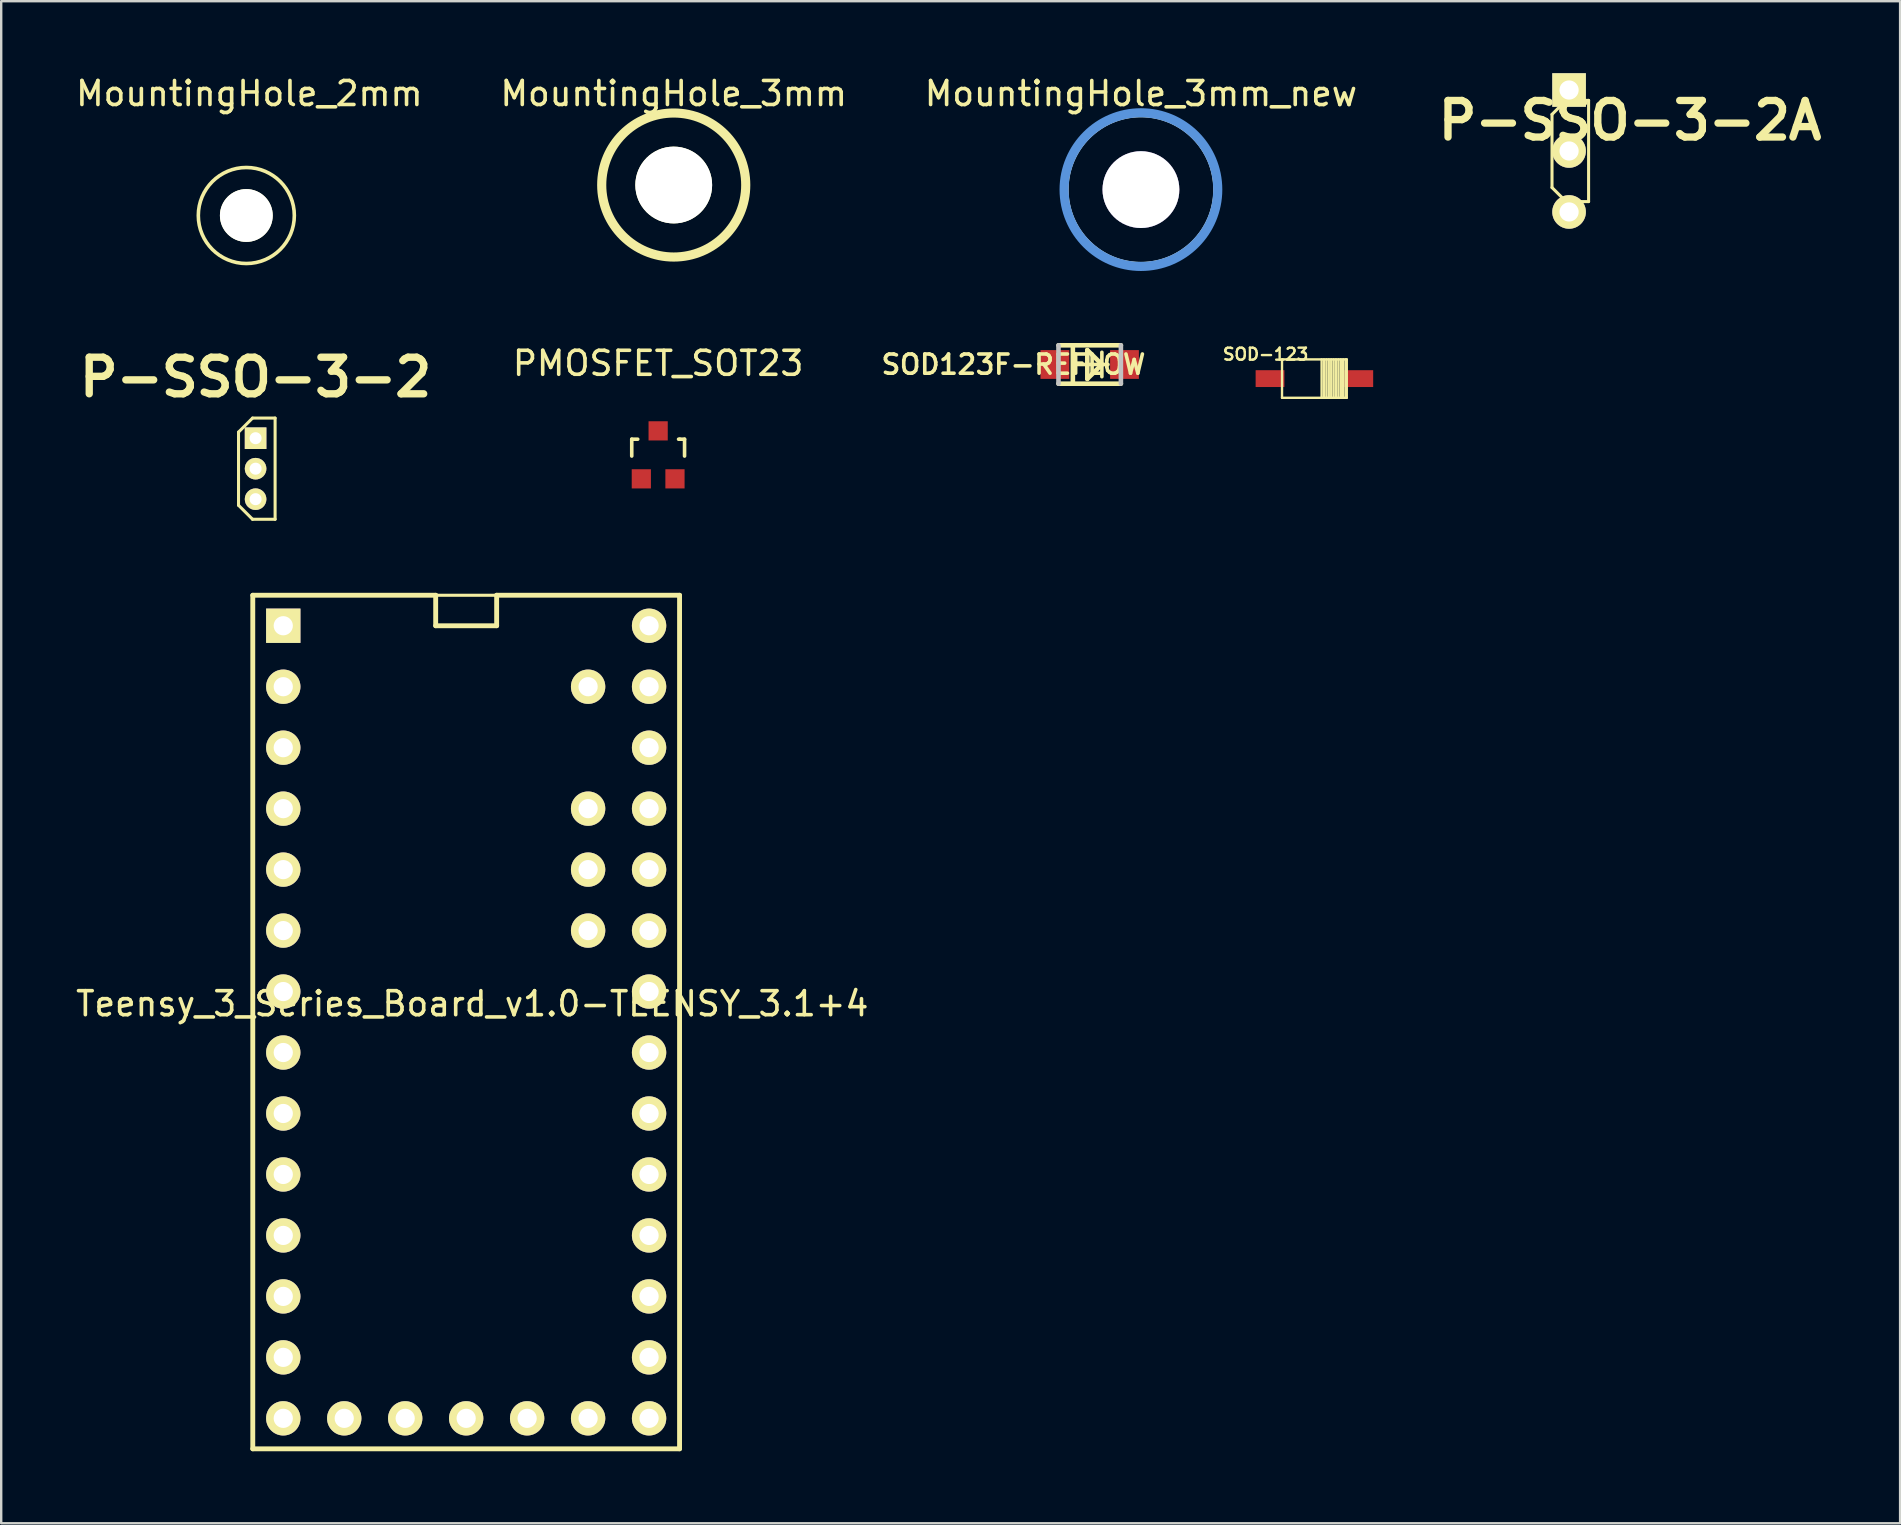
<source format=kicad_pcb>
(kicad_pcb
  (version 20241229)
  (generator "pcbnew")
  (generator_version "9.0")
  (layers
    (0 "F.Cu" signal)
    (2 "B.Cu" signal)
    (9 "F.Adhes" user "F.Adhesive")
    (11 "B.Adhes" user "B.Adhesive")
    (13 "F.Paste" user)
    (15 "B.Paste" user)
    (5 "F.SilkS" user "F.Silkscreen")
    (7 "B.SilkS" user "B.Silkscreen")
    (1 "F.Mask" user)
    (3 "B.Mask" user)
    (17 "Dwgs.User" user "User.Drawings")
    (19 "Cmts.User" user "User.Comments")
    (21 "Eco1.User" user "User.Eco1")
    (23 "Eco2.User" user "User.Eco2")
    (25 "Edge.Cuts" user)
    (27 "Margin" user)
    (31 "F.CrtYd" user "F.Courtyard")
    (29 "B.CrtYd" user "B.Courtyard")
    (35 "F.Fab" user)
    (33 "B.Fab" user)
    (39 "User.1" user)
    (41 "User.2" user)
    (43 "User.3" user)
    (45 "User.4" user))
  (footprint "P-SSO-3-2"
    (layer "F.Cu")
    (at 7.598 16.476)
    (property "Reference" "P-SSO-3-2" (at 0 -3.81 0) (layer "F.SilkS") (effects (font (size 1.524 1.524) (thickness 0.305))))
    (attr through_hole)
    (fp_line (start -0.711 -1.524) (end -0.711 1.524) (stroke (width 0.127) (type solid)) (layer "F.SilkS"))
    (fp_line (start -0.127 -2.108) (end -0.711 -1.524) (stroke (width 0.127) (type solid)) (layer "F.SilkS"))
    (fp_line (start -0.127 -2.108) (end 0.813 -2.108) (stroke (width 0.127) (type solid)) (layer "F.SilkS"))
    (fp_line (start -0.127 2.108) (end -0.711 1.524) (stroke (width 0.127) (type solid)) (layer "F.SilkS"))
    (fp_line (start -0.127 2.108) (end 0.813 2.108) (stroke (width 0.127) (type solid)) (layer "F.SilkS"))
    (fp_line (start 0.813 2.108) (end 0.813 -2.108) (stroke (width 0.127) (type solid)) (layer "F.SilkS"))
    (pad "1" thru_hole rect (at 0 -1.27) (size 0.899 0.899) (drill 0.5) (layers "*.Cu" "*.Mask" "F.SilkS"))
    (pad "2" thru_hole circle (at 0 0) (size 0.899 0.899) (drill 0.5) (layers "*.Cu" "*.Mask" "F.SilkS"))
    (pad "3" thru_hole circle (at 0 1.27) (size 0.899 0.899) (drill 0.5) (layers "*.Cu" "*.Mask" "F.SilkS")))
  (footprint "SOD-123"
    (layer "F.Cu")
    (at 51.709 12.723)
    (property "Reference" "SOD-123" (at -2.032 -1.016 0) (layer "F.SilkS") (effects (font (size 0.5 0.5) (thickness 0.1))))
    (attr through_hole)
    (fp_line (start -1.349 -0.8) (end 1.349 -0.8) (stroke (width 0.099) (type solid)) (layer "F.SilkS"))
    (fp_line (start -1.349 0.8) (end -1.349 -0.8) (stroke (width 0.099) (type solid)) (layer "F.SilkS"))
    (fp_line (start 0.3 -0.8) (end 0.3 0.8) (stroke (width 0.099) (type solid)) (layer "F.SilkS"))
    (fp_line (start 0.399 -0.8) (end 0.399 0.8) (stroke (width 0.099) (type solid)) (layer "F.SilkS"))
    (fp_line (start 0.5 0.8) (end 0.5 -0.8) (stroke (width 0.099) (type solid)) (layer "F.SilkS"))
    (fp_line (start 0.599 -0.8) (end 0.599 0.8) (stroke (width 0.099) (type solid)) (layer "F.SilkS"))
    (fp_line (start 0.701 0.8) (end 0.701 -0.8) (stroke (width 0.099) (type solid)) (layer "F.SilkS"))
    (fp_line (start 0.8 -0.8) (end 0.8 0.8) (stroke (width 0.099) (type solid)) (layer "F.SilkS"))
    (fp_line (start 0.899 0.8) (end 0.899 -0.8) (stroke (width 0.099) (type solid)) (layer "F.SilkS"))
    (fp_line (start 1.001 -0.8) (end 1.001 0.8) (stroke (width 0.099) (type solid)) (layer "F.SilkS"))
    (fp_line (start 1.1 0.8) (end 1.1 -0.8) (stroke (width 0.099) (type solid)) (layer "F.SilkS"))
    (fp_line (start 1.199 0.8) (end 1.199 -0.8) (stroke (width 0.099) (type solid)) (layer "F.SilkS"))
    (fp_line (start 1.3 -0.8) (end 1.3 0.749) (stroke (width 0.099) (type solid)) (layer "F.SilkS"))
    (fp_line (start 1.349 -0.8) (end 1.349 0.8) (stroke (width 0.099) (type solid)) (layer "F.SilkS"))
    (fp_line (start 1.349 0.8) (end -1.349 0.8) (stroke (width 0.099) (type solid)) (layer "F.SilkS"))
    (pad "1" smd rect (at -1.849 0) (size 1.199 0.701) (layers "F.Cu" "F.Mask" "F.Paste"))
    (pad "2" smd rect (at 1.849 0) (size 1.199 0.701) (layers "F.Cu" "F.Mask" "F.Paste")))
  (footprint "MountingHole_3mm_new"
    (layer "F.Cu")
    (at 44.482 4.849)
    (property "Reference" "MountingHole_3mm_new" (at 0 -4 0) (layer "F.SilkS") (effects (font (size 1 1) (thickness 0.15))))
    (attr through_hole)
    (fp_circle (center 0 0) (end 3.048 -0.508) (stroke (width 0.15) (type solid)) (fill no) (layer "F.SilkS"))
    (fp_circle (center 0 0) (end 2.54 -1.778) (stroke (width 0.15) (type solid)) (fill no) (layer "B.SilkS"))
    (fp_circle (center 0 0) (end 3.2 0) (stroke (width 0.381) (type solid)) (fill no) (layer "Cmts.User"))
    (pad "" thru_hole circle (at 0 0) (size 3.2 3.2) (drill 3.2) (layers)))
  (footprint "MountingHole_3mm"
    (layer "F.Cu")
    (at 25.018 4.658)
    (property "Reference" "MountingHole_3mm" (at 0 -3.81 0) (layer "F.SilkS") (effects (font (size 1 1) (thickness 0.15))))
    (attr through_hole)
    (fp_circle (center 0 0) (end 3 0) (stroke (width 0.381) (type solid)) (fill no) (layer "F.SilkS"))
    (pad "" np_thru_hole circle (at 0 0) (size 3.2 3.2) (drill 3.2) (layers "*.Cu" "*.Mask" "F.SilkS")))
  (footprint "Teensy_3_Series_Board_v1.0-TEENSY_3.1+4"
    (layer "F.Cu")
    (at 16.371 40.799)
    (property "Reference" "Teensy_3_Series_Board_v1.0-TEENSY_3.1+4" (at 0.254 -2.032 0) (layer "F.SilkS") (effects (font (size 1 1) (thickness 0.15))))
    (attr exclude_from_pos_files exclude_from_bom)
    (fp_line (start -8.89 -19.05) (end -1.27 -19.05) (stroke (width 0.203) (type solid)) (layer "F.SilkS"))
    (fp_line (start -8.89 -19.05) (end 8.89 -19.05) (stroke (width 0.127) (type solid)) (layer "F.SilkS"))
    (fp_line (start -8.89 16.51) (end -8.89 -19.05) (stroke (width 0.127) (type solid)) (layer "F.SilkS"))
    (fp_line (start -8.89 16.51) (end -8.89 -19.05) (stroke (width 0.203) (type solid)) (layer "F.SilkS"))
    (fp_line (start -1.27 -19.05) (end -1.27 -17.78) (stroke (width 0.203) (type solid)) (layer "F.SilkS"))
    (fp_line (start -1.27 -17.78) (end 1.27 -17.78) (stroke (width 0.203) (type solid)) (layer "F.SilkS"))
    (fp_line (start 1.27 -19.05) (end 8.89 -19.05) (stroke (width 0.203) (type solid)) (layer "F.SilkS"))
    (fp_line (start 1.27 -17.78) (end 1.27 -19.05) (stroke (width 0.203) (type solid)) (layer "F.SilkS"))
    (fp_line (start 8.89 -19.05) (end 8.89 16.51) (stroke (width 0.127) (type solid)) (layer "F.SilkS"))
    (fp_line (start 8.89 -19.05) (end 8.89 16.51) (stroke (width 0.203) (type solid)) (layer "F.SilkS"))
    (fp_line (start 8.89 16.51) (end -8.89 16.51) (stroke (width 0.127) (type solid)) (layer "F.SilkS"))
    (fp_line (start 8.89 16.51) (end -8.89 16.51) (stroke (width 0.203) (type solid)) (layer "F.SilkS"))
    (pad "0" thru_hole circle (at -7.62 -15.24) (size 1.43 1.43) (drill 0.8) (layers "*.Cu" "*.Mask" "F.SilkS"))
    (pad "1" thru_hole circle (at -7.62 -12.7) (size 1.43 1.43) (drill 0.8) (layers "*.Cu" "*.Mask" "F.SilkS"))
    (pad "2" thru_hole circle (at -7.62 -10.16) (size 1.43 1.43) (drill 0.8) (layers "*.Cu" "*.Mask" "F.SilkS"))
    (pad "3" thru_hole circle (at -7.62 -7.62) (size 1.43 1.43) (drill 0.8) (layers "*.Cu" "*.Mask" "F.SilkS"))
    (pad "3.3V" thru_hole circle (at -2.54 15.24) (size 1.43 1.43) (drill 0.8) (layers "*.Cu" "*.Mask" "F.SilkS"))
    (pad "3.3V" thru_hole circle (at 7.62 -12.7) (size 1.43 1.43) (drill 0.8) (layers "*.Cu" "*.Mask" "F.SilkS"))
    (pad "4" thru_hole circle (at -7.62 -5.08) (size 1.43 1.43) (drill 0.8) (layers "*.Cu" "*.Mask" "F.SilkS"))
    (pad "5" thru_hole circle (at -7.62 -2.54) (size 1.43 1.43) (drill 0.8) (layers "*.Cu" "*.Mask" "F.SilkS"))
    (pad "6" thru_hole circle (at -7.62 0) (size 1.43 1.43) (drill 0.8) (layers "*.Cu" "*.Mask" "F.SilkS"))
    (pad "7" thru_hole circle (at -7.62 2.54) (size 1.43 1.43) (drill 0.8) (layers "*.Cu" "*.Mask" "F.SilkS"))
    (pad "8" thru_hole circle (at -7.62 5.08) (size 1.43 1.43) (drill 0.8) (layers "*.Cu" "*.Mask" "F.SilkS"))
    (pad "9" thru_hole circle (at -7.62 7.62) (size 1.43 1.43) (drill 0.8) (layers "*.Cu" "*.Mask" "F.SilkS"))
    (pad "10" thru_hole circle (at -7.62 10.16) (size 1.43 1.43) (drill 0.8) (layers "*.Cu" "*.Mask" "F.SilkS"))
    (pad "11" thru_hole circle (at -7.62 12.7) (size 1.43 1.43) (drill 0.8) (layers "*.Cu" "*.Mask" "F.SilkS"))
    (pad "12" thru_hole circle (at -7.62 15.24) (size 1.43 1.43) (drill 0.8) (layers "*.Cu" "*.Mask" "F.SilkS"))
    (pad "13" thru_hole circle (at 7.62 15.24) (size 1.43 1.43) (drill 0.8) (layers "*.Cu" "*.Mask" "F.SilkS"))
    (pad "14/A" thru_hole circle (at 7.62 12.7) (size 1.43 1.43) (drill 0.8) (layers "*.Cu" "*.Mask" "F.SilkS"))
    (pad "15/A" thru_hole circle (at 7.62 10.16) (size 1.43 1.43) (drill 0.8) (layers "*.Cu" "*.Mask" "F.SilkS"))
    (pad "16/A" thru_hole circle (at 7.62 7.62) (size 1.43 1.43) (drill 0.8) (layers "*.Cu" "*.Mask" "F.SilkS"))
    (pad "17/A" thru_hole circle (at 7.62 5.08) (size 1.43 1.43) (drill 0.8) (layers "*.Cu" "*.Mask" "F.SilkS"))
    (pad "18/A" thru_hole circle (at 7.62 2.54) (size 1.43 1.43) (drill 0.8) (layers "*.Cu" "*.Mask" "F.SilkS"))
    (pad "19/A" thru_hole circle (at 7.62 0) (size 1.43 1.43) (drill 0.8) (layers "*.Cu" "*.Mask" "F.SilkS"))
    (pad "20/A" thru_hole circle (at 7.62 -2.54) (size 1.43 1.43) (drill 0.8) (layers "*.Cu" "*.Mask" "F.SilkS"))
    (pad "21/A" thru_hole circle (at 7.62 -5.08) (size 1.43 1.43) (drill 0.8) (layers "*.Cu" "*.Mask" "F.SilkS"))
    (pad "22/A" thru_hole circle (at 7.62 -7.62) (size 1.43 1.43) (drill 0.8) (layers "*.Cu" "*.Mask" "F.SilkS"))
    (pad "23/A" thru_hole circle (at 7.62 -10.16) (size 1.43 1.43) (drill 0.8) (layers "*.Cu" "*.Mask" "F.SilkS"))
    (pad "A10" thru_hole circle (at 5.08 -7.62) (size 1.43 1.43) (drill 0.8) (layers "*.Cu" "*.Mask" "F.SilkS"))
    (pad "A11" thru_hole circle (at 5.08 -5.08) (size 1.43 1.43) (drill 0.8) (layers "*.Cu" "*.Mask" "F.SilkS"))
    (pad "A14" thru_hole circle (at 5.08 15.24) (size 1.43 1.43) (drill 0.8) (layers "*.Cu" "*.Mask" "F.SilkS"))
    (pad "AGND" thru_hole circle (at 7.62 -15.24) (size 1.43 1.43) (drill 0.8) (layers "*.Cu" "*.Mask" "F.SilkS"))
    (pad "AREF" thru_hole circle (at 5.08 -10.16) (size 1.43 1.43) (drill 0.8) (layers "*.Cu" "*.Mask" "F.SilkS"))
    (pad "GND" thru_hole rect (at -7.62 -17.78) (size 1.43 1.43) (drill 0.8) (layers "*.Cu" "*.Mask" "F.SilkS"))
    (pad "GND1" thru_hole circle (at 0 15.24) (size 1.43 1.43) (drill 0.8) (layers "*.Cu" "*.Mask" "F.SilkS"))
    (pad "PGM" thru_hole circle (at 2.54 15.24) (size 1.43 1.43) (drill 0.8) (layers "*.Cu" "*.Mask" "F.SilkS"))
    (pad "VBAT" thru_hole circle (at -5.08 15.24) (size 1.43 1.43) (drill 0.8) (layers "*.Cu" "*.Mask" "F.SilkS"))
    (pad "VIN" thru_hole circle (at 7.62 -17.78) (size 1.43 1.43) (drill 0.8) (layers "*.Cu" "*.Mask" "F.SilkS"))
    (pad "VUSB" thru_hole circle (at 5.08 -15.24) (size 1.43 1.43) (drill 0.8) (layers "*.Cu" "*.Mask" "F.SilkS")))
  (footprint "P-SSO-3-2A"
    (layer "F.Cu")
    (at 62.319 3.24)
    (property "Reference" "P-SSO-3-2A" (at 2.54 -1.27 0) (layer "F.SilkS") (effects (font (size 1.524 1.524) (thickness 0.305))))
    (attr through_hole)
    (fp_line (start -0.711 -1.524) (end -0.711 1.524) (stroke (width 0.127) (type solid)) (layer "F.SilkS"))
    (fp_line (start -0.127 -2.108) (end -0.711 -1.524) (stroke (width 0.127) (type solid)) (layer "F.SilkS"))
    (fp_line (start -0.127 -2.108) (end 0.813 -2.108) (stroke (width 0.127) (type solid)) (layer "F.SilkS"))
    (fp_line (start -0.127 2.108) (end -0.711 1.524) (stroke (width 0.127) (type solid)) (layer "F.SilkS"))
    (fp_line (start -0.127 2.108) (end 0.813 2.108) (stroke (width 0.127) (type solid)) (layer "F.SilkS"))
    (fp_line (start 0.813 2.108) (end 0.813 -2.108) (stroke (width 0.127) (type solid)) (layer "F.SilkS"))
    (pad "1" thru_hole rect (at 0 -2.54 270) (size 1.4 1.4) (drill 0.8) (layers "*.Cu" "*.Mask" "F.SilkS"))
    (pad "2" thru_hole circle (at 0 0 270) (size 1.4 1.4) (drill 0.8) (layers "*.Cu" "*.Mask" "F.SilkS"))
    (pad "3" thru_hole circle (at 0 2.54 270) (size 1.4 1.4) (drill 0.8) (layers "*.Cu" "*.Mask" "F.SilkS")))
  (footprint "MountingHole_2mm"
    (layer "F.Cu")
    (at 7.212 5.928)
    (property "Reference" "MountingHole_2mm" (at 0.127 -5.08 0) (layer "F.SilkS") (effects (font (size 1 1) (thickness 0.15))))
    (attr through_hole)
    (fp_circle (center 0 0) (end 2 0) (stroke (width 0.15) (type solid)) (fill no) (layer "F.SilkS"))
    (pad "" np_thru_hole circle (at 0 0) (size 2.2 2.2) (drill 2.2) (layers "*.Cu" "*.Mask" "F.SilkS")))
  (footprint "SOD123F-REFLOW"
    (layer "F.Cu")
    (at 42.347 12.135)
    (property "Reference" "SOD123F-REFLOW" (at -3.175 0 0) (layer "F.SilkS") (effects (font (size 0.8 0.8) (thickness 0.15))))
    (attr through_hole)
    (fp_line (start -1.3 -0.8) (end 1.3 -0.8) (stroke (width 0.191) (type solid)) (layer "F.SilkS"))
    (fp_line (start -0.701 -0.8) (end -0.701 0.8) (stroke (width 0.191) (type solid)) (layer "F.SilkS"))
    (fp_line (start -0.508 0) (end 0.762 0) (stroke (width 0.15) (type solid)) (layer "F.SilkS"))
    (fp_line (start -0.099 -0.599) (end -0.099 0.599) (stroke (width 0.191) (type solid)) (layer "F.SilkS"))
    (fp_line (start -0.099 0.599) (end 0.508 0) (stroke (width 0.191) (type solid)) (layer "F.SilkS"))
    (fp_line (start 0.508 -0.508) (end 0.508 0.508) (stroke (width 0.15) (type solid)) (layer "F.SilkS"))
    (fp_line (start 0.508 0) (end -0.099 -0.599) (stroke (width 0.191) (type solid)) (layer "F.SilkS"))
    (fp_line (start 1.3 0.8) (end -1.3 0.8) (stroke (width 0.191) (type solid)) (layer "F.SilkS"))
    (fp_line (start -1.3 0.8) (end -1.3 -0.8) (stroke (width 0.191) (type solid)) (layer "Dwgs.User"))
    (fp_line (start 1.3 -0.8) (end 1.3 0.8) (stroke (width 0.191) (type solid)) (layer "Dwgs.User"))
    (pad "1" smd rect (at -1.45 0) (size 1.199 1.199) (layers "F.Cu" "F.Mask" "F.Paste"))
    (pad "2" smd rect (at 1.45 0) (size 1.199 1.199) (layers "F.Cu" "F.Mask" "F.Paste")))
  (footprint "PMOSFET_SOT23"
    (layer "F.Cu")
    (at 24.369 15.898)
    (property "Reference" "PMOSFET_SOT23" (at 0 -3.81 0) (layer "F.SilkS") (effects (font (size 1 1) (thickness 0.15))))
    (attr smd)
    (fp_line (start -1.1 -0.65) (end -0.851 -0.65) (stroke (width 0.15) (type solid)) (layer "F.SilkS"))
    (fp_line (start -1.1 0.051) (end -1.1 -0.65) (stroke (width 0.15) (type solid)) (layer "F.SilkS"))
    (fp_line (start 0.899 -0.65) (end 0.851 -0.65) (stroke (width 0.15) (type solid)) (layer "F.SilkS"))
    (fp_line (start 0.899 -0.65) (end 1.1 -0.65) (stroke (width 0.15) (type solid)) (layer "F.SilkS"))
    (fp_line (start 1.1 -0.65) (end 1.1 0.051) (stroke (width 0.15) (type solid)) (layer "F.SilkS"))
    (pad "D" smd rect (at 0 -0.998) (size 0.8 0.8) (layers "F.Cu" "F.Mask" "F.Paste"))
    (pad "G" smd rect (at -0.701 1.001) (size 0.8 0.8) (layers "F.Cu" "F.Mask" "F.Paste"))
    (pad "S" smd rect (at 0.701 1.001) (size 0.8 0.8) (layers "F.Cu" "F.Mask" "F.Paste")))
  (gr_rect
    (start -3 -3)
    (end 76.11 60.411)
    (stroke (width 0.1) (type default))
    (fill no)
    (layer "Edge.Cuts")))
</source>
